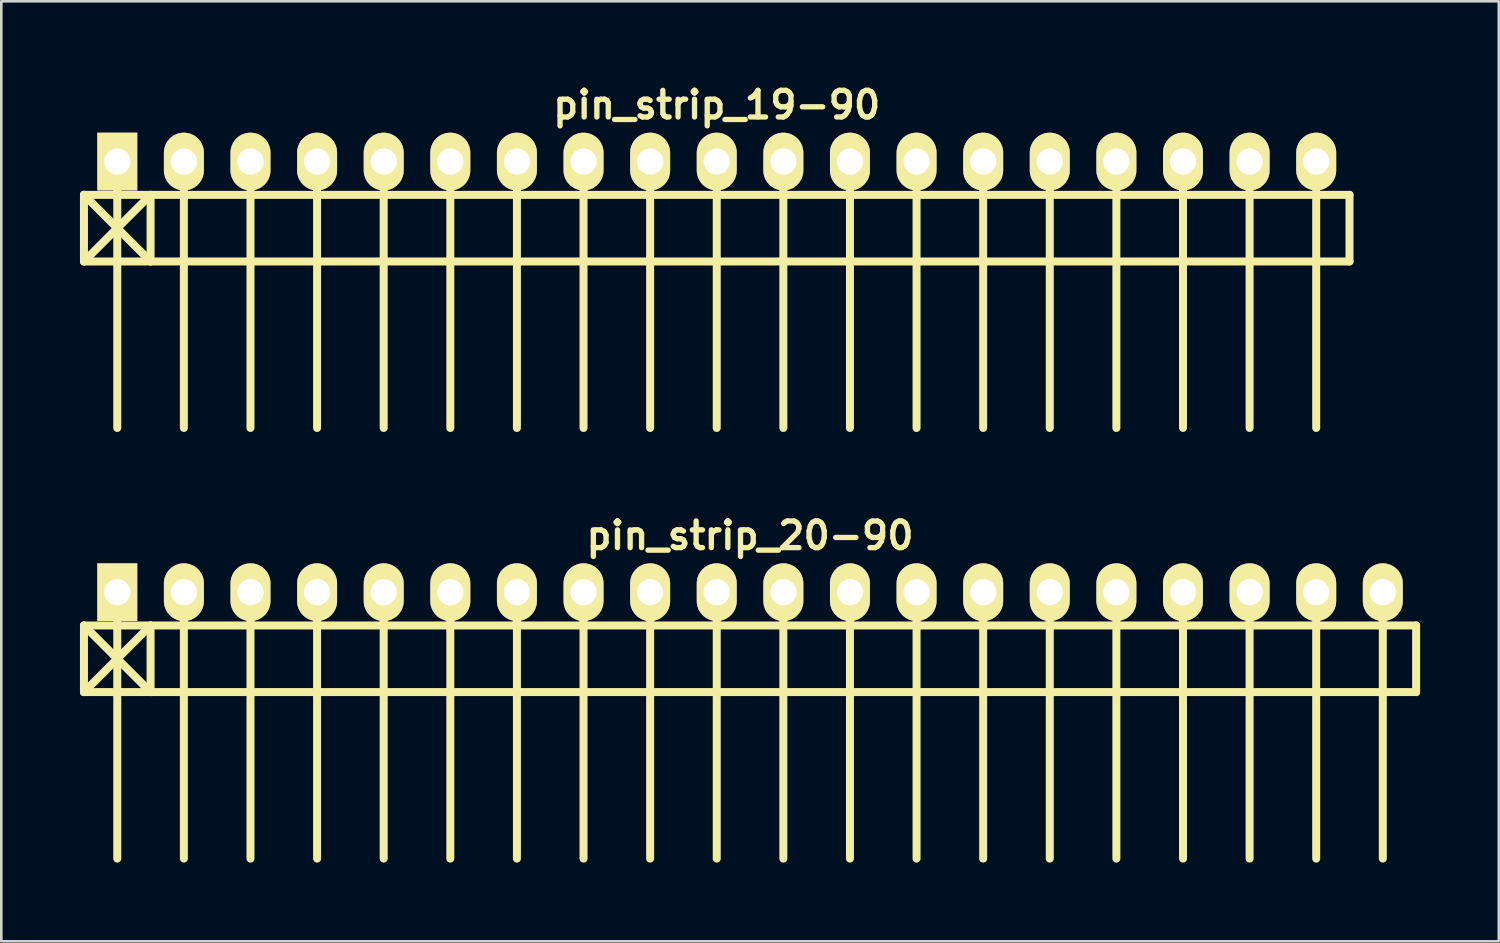
<source format=kicad_pcb>
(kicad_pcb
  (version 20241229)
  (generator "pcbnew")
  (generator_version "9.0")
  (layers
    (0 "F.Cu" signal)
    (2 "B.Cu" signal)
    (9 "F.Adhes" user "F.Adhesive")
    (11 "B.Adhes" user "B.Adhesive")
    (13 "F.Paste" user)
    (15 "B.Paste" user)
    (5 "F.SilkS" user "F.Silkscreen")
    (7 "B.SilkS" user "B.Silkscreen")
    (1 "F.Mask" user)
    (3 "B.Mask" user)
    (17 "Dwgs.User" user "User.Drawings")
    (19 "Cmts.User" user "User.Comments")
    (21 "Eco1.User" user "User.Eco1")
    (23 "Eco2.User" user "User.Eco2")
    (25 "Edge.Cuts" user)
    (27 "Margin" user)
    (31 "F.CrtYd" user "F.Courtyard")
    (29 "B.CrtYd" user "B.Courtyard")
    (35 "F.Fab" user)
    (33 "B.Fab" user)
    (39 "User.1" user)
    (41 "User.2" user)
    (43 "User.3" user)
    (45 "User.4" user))
  (footprint "pin_strip_19-90"
    (layer "F.Cu")
    (at 24.282 3.11)
    (property "Reference" "pin_strip_19-90" (at 0 -2.159 0) (layer "F.SilkS") (effects (font (size 1.016 1.016) (thickness 0.203))))
    (attr through_hole)
    (fp_line (start -24.13 1.27) (end 24.13 1.27) (stroke (width 0.305) (type solid)) (layer "F.SilkS"))
    (fp_line (start -24.13 3.81) (end -24.13 1.27) (stroke (width 0.305) (type solid)) (layer "F.SilkS"))
    (fp_line (start -24.13 3.81) (end -21.59 1.27) (stroke (width 0.305) (type solid)) (layer "F.SilkS"))
    (fp_line (start -22.86 0) (end -22.86 10.16) (stroke (width 0.305) (type solid)) (layer "F.SilkS"))
    (fp_line (start -21.59 1.27) (end -21.59 3.81) (stroke (width 0.305) (type solid)) (layer "F.SilkS"))
    (fp_line (start -21.59 3.81) (end -24.13 1.27) (stroke (width 0.305) (type solid)) (layer "F.SilkS"))
    (fp_line (start -20.32 0) (end -20.32 10.16) (stroke (width 0.305) (type solid)) (layer "F.SilkS"))
    (fp_line (start -17.78 10.16) (end -17.78 0) (stroke (width 0.305) (type solid)) (layer "F.SilkS"))
    (fp_line (start -15.24 0) (end -15.24 10.16) (stroke (width 0.305) (type solid)) (layer "F.SilkS"))
    (fp_line (start -12.7 0) (end -12.7 10.16) (stroke (width 0.305) (type solid)) (layer "F.SilkS"))
    (fp_line (start -10.16 0) (end -10.16 10.16) (stroke (width 0.305) (type solid)) (layer "F.SilkS"))
    (fp_line (start -7.62 0) (end -7.62 10.16) (stroke (width 0.305) (type solid)) (layer "F.SilkS"))
    (fp_line (start -5.08 0) (end -5.08 10.16) (stroke (width 0.305) (type solid)) (layer "F.SilkS"))
    (fp_line (start -2.54 0) (end -2.54 10.16) (stroke (width 0.305) (type solid)) (layer "F.SilkS"))
    (fp_line (start 0 0) (end 0 10.16) (stroke (width 0.305) (type solid)) (layer "F.SilkS"))
    (fp_line (start 2.54 0) (end 2.54 10.16) (stroke (width 0.305) (type solid)) (layer "F.SilkS"))
    (fp_line (start 5.08 0) (end 5.08 10.16) (stroke (width 0.305) (type solid)) (layer "F.SilkS"))
    (fp_line (start 7.62 10.16) (end 7.62 0) (stroke (width 0.305) (type solid)) (layer "F.SilkS"))
    (fp_line (start 10.16 0) (end 10.16 10.16) (stroke (width 0.305) (type solid)) (layer "F.SilkS"))
    (fp_line (start 12.7 0) (end 12.7 10.16) (stroke (width 0.305) (type solid)) (layer "F.SilkS"))
    (fp_line (start 15.24 0) (end 15.24 10.16) (stroke (width 0.305) (type solid)) (layer "F.SilkS"))
    (fp_line (start 17.78 0) (end 17.78 10.16) (stroke (width 0.305) (type solid)) (layer "F.SilkS"))
    (fp_line (start 20.32 0) (end 20.32 10.16) (stroke (width 0.305) (type solid)) (layer "F.SilkS"))
    (fp_line (start 22.86 0) (end 22.86 10.16) (stroke (width 0.305) (type solid)) (layer "F.SilkS"))
    (fp_line (start 24.13 1.27) (end 24.13 3.81) (stroke (width 0.305) (type solid)) (layer "F.SilkS"))
    (fp_line (start 24.13 3.81) (end -24.13 3.81) (stroke (width 0.305) (type solid)) (layer "F.SilkS"))
    (pad "1" thru_hole rect (at -22.86 0) (size 1.524 2.2) (drill 1.001) (layers "*.Cu" "*.Mask" "F.SilkS"))
    (pad "2" thru_hole oval (at -20.32 0) (size 1.524 2.2) (drill 1.001) (layers "*.Cu" "*.Mask" "F.SilkS"))
    (pad "3" thru_hole oval (at -17.78 0) (size 1.524 2.2) (drill 1.001) (layers "*.Cu" "*.Mask" "F.SilkS"))
    (pad "4" thru_hole oval (at -15.24 0) (size 1.524 2.2) (drill 1.001) (layers "*.Cu" "*.Mask" "F.SilkS"))
    (pad "5" thru_hole oval (at -12.7 0) (size 1.524 2.2) (drill 1.001) (layers "*.Cu" "*.Mask" "F.SilkS"))
    (pad "6" thru_hole oval (at -10.16 0) (size 1.524 2.2) (drill 1.001) (layers "*.Cu" "*.Mask" "F.SilkS"))
    (pad "7" thru_hole oval (at -7.62 0) (size 1.524 2.2) (drill 1.001) (layers "*.Cu" "*.Mask" "F.SilkS"))
    (pad "8" thru_hole oval (at -5.08 0) (size 1.524 2.2) (drill 1.001) (layers "*.Cu" "*.Mask" "F.SilkS"))
    (pad "9" thru_hole oval (at -2.54 0) (size 1.524 2.2) (drill 1.001) (layers "*.Cu" "*.Mask" "F.SilkS"))
    (pad "10" thru_hole oval (at 0 0) (size 1.524 2.2) (drill 1.001) (layers "*.Cu" "*.Mask" "F.SilkS"))
    (pad "11" thru_hole oval (at 2.54 0) (size 1.524 2.2) (drill 1.001) (layers "*.Cu" "*.Mask" "F.SilkS"))
    (pad "12" thru_hole oval (at 5.08 0) (size 1.524 2.2) (drill 1.001) (layers "*.Cu" "*.Mask" "F.SilkS"))
    (pad "13" thru_hole oval (at 7.62 0) (size 1.524 2.2) (drill 1.001) (layers "*.Cu" "*.Mask" "F.SilkS"))
    (pad "14" thru_hole oval (at 10.16 0) (size 1.524 2.2) (drill 1.001) (layers "*.Cu" "*.Mask" "F.SilkS"))
    (pad "15" thru_hole oval (at 12.7 0) (size 1.524 2.2) (drill 1.001) (layers "*.Cu" "*.Mask" "F.SilkS"))
    (pad "16" thru_hole oval (at 15.24 0) (size 1.524 2.2) (drill 1.001) (layers "*.Cu" "*.Mask" "F.SilkS"))
    (pad "17" thru_hole oval (at 17.78 0) (size 1.524 2.2) (drill 1.001) (layers "*.Cu" "*.Mask" "F.SilkS"))
    (pad "18" thru_hole oval (at 20.32 0) (size 1.524 2.2) (drill 1.001) (layers "*.Cu" "*.Mask" "F.SilkS"))
    (pad "19" thru_hole oval (at 22.86 0) (size 1.524 2.2) (drill 1.001) (layers "*.Cu" "*.Mask" "F.SilkS")))
  (footprint "pin_strip_20-90"
    (layer "F.Cu")
    (at 25.552 19.532)
    (property "Reference" "pin_strip_20-90" (at 0 -2.159 0) (layer "F.SilkS") (effects (font (size 1.016 1.016) (thickness 0.203))))
    (attr through_hole)
    (fp_line (start -25.4 1.27) (end 25.4 1.27) (stroke (width 0.305) (type solid)) (layer "F.SilkS"))
    (fp_line (start -25.4 3.81) (end -25.4 1.27) (stroke (width 0.305) (type solid)) (layer "F.SilkS"))
    (fp_line (start -25.4 3.81) (end -22.86 1.27) (stroke (width 0.305) (type solid)) (layer "F.SilkS"))
    (fp_line (start -24.13 0) (end -24.13 10.16) (stroke (width 0.305) (type solid)) (layer "F.SilkS"))
    (fp_line (start -22.86 1.27) (end -22.86 3.81) (stroke (width 0.305) (type solid)) (layer "F.SilkS"))
    (fp_line (start -22.86 3.81) (end -25.4 1.27) (stroke (width 0.305) (type solid)) (layer "F.SilkS"))
    (fp_line (start -21.59 0) (end -21.59 10.16) (stroke (width 0.305) (type solid)) (layer "F.SilkS"))
    (fp_line (start -19.05 10.16) (end -19.05 0) (stroke (width 0.305) (type solid)) (layer "F.SilkS"))
    (fp_line (start -16.51 0) (end -16.51 10.16) (stroke (width 0.305) (type solid)) (layer "F.SilkS"))
    (fp_line (start -13.97 0) (end -13.97 10.16) (stroke (width 0.305) (type solid)) (layer "F.SilkS"))
    (fp_line (start -11.43 0) (end -11.43 10.16) (stroke (width 0.305) (type solid)) (layer "F.SilkS"))
    (fp_line (start -8.89 0) (end -8.89 10.16) (stroke (width 0.305) (type solid)) (layer "F.SilkS"))
    (fp_line (start -6.35 0) (end -6.35 10.16) (stroke (width 0.305) (type solid)) (layer "F.SilkS"))
    (fp_line (start -3.81 0) (end -3.81 10.16) (stroke (width 0.305) (type solid)) (layer "F.SilkS"))
    (fp_line (start -1.27 0) (end -1.27 10.16) (stroke (width 0.305) (type solid)) (layer "F.SilkS"))
    (fp_line (start 1.27 0) (end 1.27 10.16) (stroke (width 0.305) (type solid)) (layer "F.SilkS"))
    (fp_line (start 3.81 0) (end 3.81 10.16) (stroke (width 0.305) (type solid)) (layer "F.SilkS"))
    (fp_line (start 6.35 10.16) (end 6.35 0) (stroke (width 0.305) (type solid)) (layer "F.SilkS"))
    (fp_line (start 8.89 0) (end 8.89 10.16) (stroke (width 0.305) (type solid)) (layer "F.SilkS"))
    (fp_line (start 11.43 0) (end 11.43 10.16) (stroke (width 0.305) (type solid)) (layer "F.SilkS"))
    (fp_line (start 13.97 0) (end 13.97 10.16) (stroke (width 0.305) (type solid)) (layer "F.SilkS"))
    (fp_line (start 16.51 0) (end 16.51 10.16) (stroke (width 0.305) (type solid)) (layer "F.SilkS"))
    (fp_line (start 19.05 0) (end 19.05 10.16) (stroke (width 0.305) (type solid)) (layer "F.SilkS"))
    (fp_line (start 21.59 0) (end 21.59 10.16) (stroke (width 0.305) (type solid)) (layer "F.SilkS"))
    (fp_line (start 24.13 0) (end 24.13 10.16) (stroke (width 0.305) (type solid)) (layer "F.SilkS"))
    (fp_line (start 25.4 1.27) (end 25.4 3.81) (stroke (width 0.305) (type solid)) (layer "F.SilkS"))
    (fp_line (start 25.4 3.81) (end -25.4 3.81) (stroke (width 0.305) (type solid)) (layer "F.SilkS"))
    (pad "1" thru_hole rect (at -24.13 0) (size 1.524 2.2) (drill 1.001) (layers "*.Cu" "*.Mask" "F.SilkS"))
    (pad "2" thru_hole oval (at -21.59 0) (size 1.524 2.2) (drill 1.001) (layers "*.Cu" "*.Mask" "F.SilkS"))
    (pad "3" thru_hole oval (at -19.05 0) (size 1.524 2.2) (drill 1.001) (layers "*.Cu" "*.Mask" "F.SilkS"))
    (pad "4" thru_hole oval (at -16.51 0) (size 1.524 2.2) (drill 1.001) (layers "*.Cu" "*.Mask" "F.SilkS"))
    (pad "5" thru_hole oval (at -13.97 0) (size 1.524 2.2) (drill 1.001) (layers "*.Cu" "*.Mask" "F.SilkS"))
    (pad "6" thru_hole oval (at -11.43 0) (size 1.524 2.2) (drill 1.001) (layers "*.Cu" "*.Mask" "F.SilkS"))
    (pad "7" thru_hole oval (at -8.89 0) (size 1.524 2.2) (drill 1.001) (layers "*.Cu" "*.Mask" "F.SilkS"))
    (pad "8" thru_hole oval (at -6.35 0) (size 1.524 2.2) (drill 1.001) (layers "*.Cu" "*.Mask" "F.SilkS"))
    (pad "9" thru_hole oval (at -3.81 0) (size 1.524 2.2) (drill 1.001) (layers "*.Cu" "*.Mask" "F.SilkS"))
    (pad "10" thru_hole oval (at -1.27 0) (size 1.524 2.2) (drill 1.001) (layers "*.Cu" "*.Mask" "F.SilkS"))
    (pad "11" thru_hole oval (at 1.27 0) (size 1.524 2.2) (drill 1.001) (layers "*.Cu" "*.Mask" "F.SilkS"))
    (pad "12" thru_hole oval (at 3.81 0) (size 1.524 2.2) (drill 1.001) (layers "*.Cu" "*.Mask" "F.SilkS"))
    (pad "13" thru_hole oval (at 6.35 0) (size 1.524 2.2) (drill 1.001) (layers "*.Cu" "*.Mask" "F.SilkS"))
    (pad "14" thru_hole oval (at 8.89 0) (size 1.524 2.2) (drill 1.001) (layers "*.Cu" "*.Mask" "F.SilkS"))
    (pad "15" thru_hole oval (at 11.43 0) (size 1.524 2.2) (drill 1.001) (layers "*.Cu" "*.Mask" "F.SilkS"))
    (pad "16" thru_hole oval (at 13.97 0) (size 1.524 2.2) (drill 1.001) (layers "*.Cu" "*.Mask" "F.SilkS"))
    (pad "17" thru_hole oval (at 16.51 0) (size 1.524 2.2) (drill 1.001) (layers "*.Cu" "*.Mask" "F.SilkS"))
    (pad "18" thru_hole oval (at 19.05 0) (size 1.524 2.2) (drill 1.001) (layers "*.Cu" "*.Mask" "F.SilkS"))
    (pad "19" thru_hole oval (at 21.59 0) (size 1.524 2.2) (drill 1.001) (layers "*.Cu" "*.Mask" "F.SilkS"))
    (pad "20" thru_hole oval (at 24.13 0) (size 1.524 2.2) (drill 1.001) (layers "*.Cu" "*.Mask" "F.SilkS")))
  (gr_rect
    (start -3 -3)
    (end 54.105 32.845)
    (stroke (width 0.1) (type default))
    (fill no)
    (layer "Edge.Cuts")))
</source>
